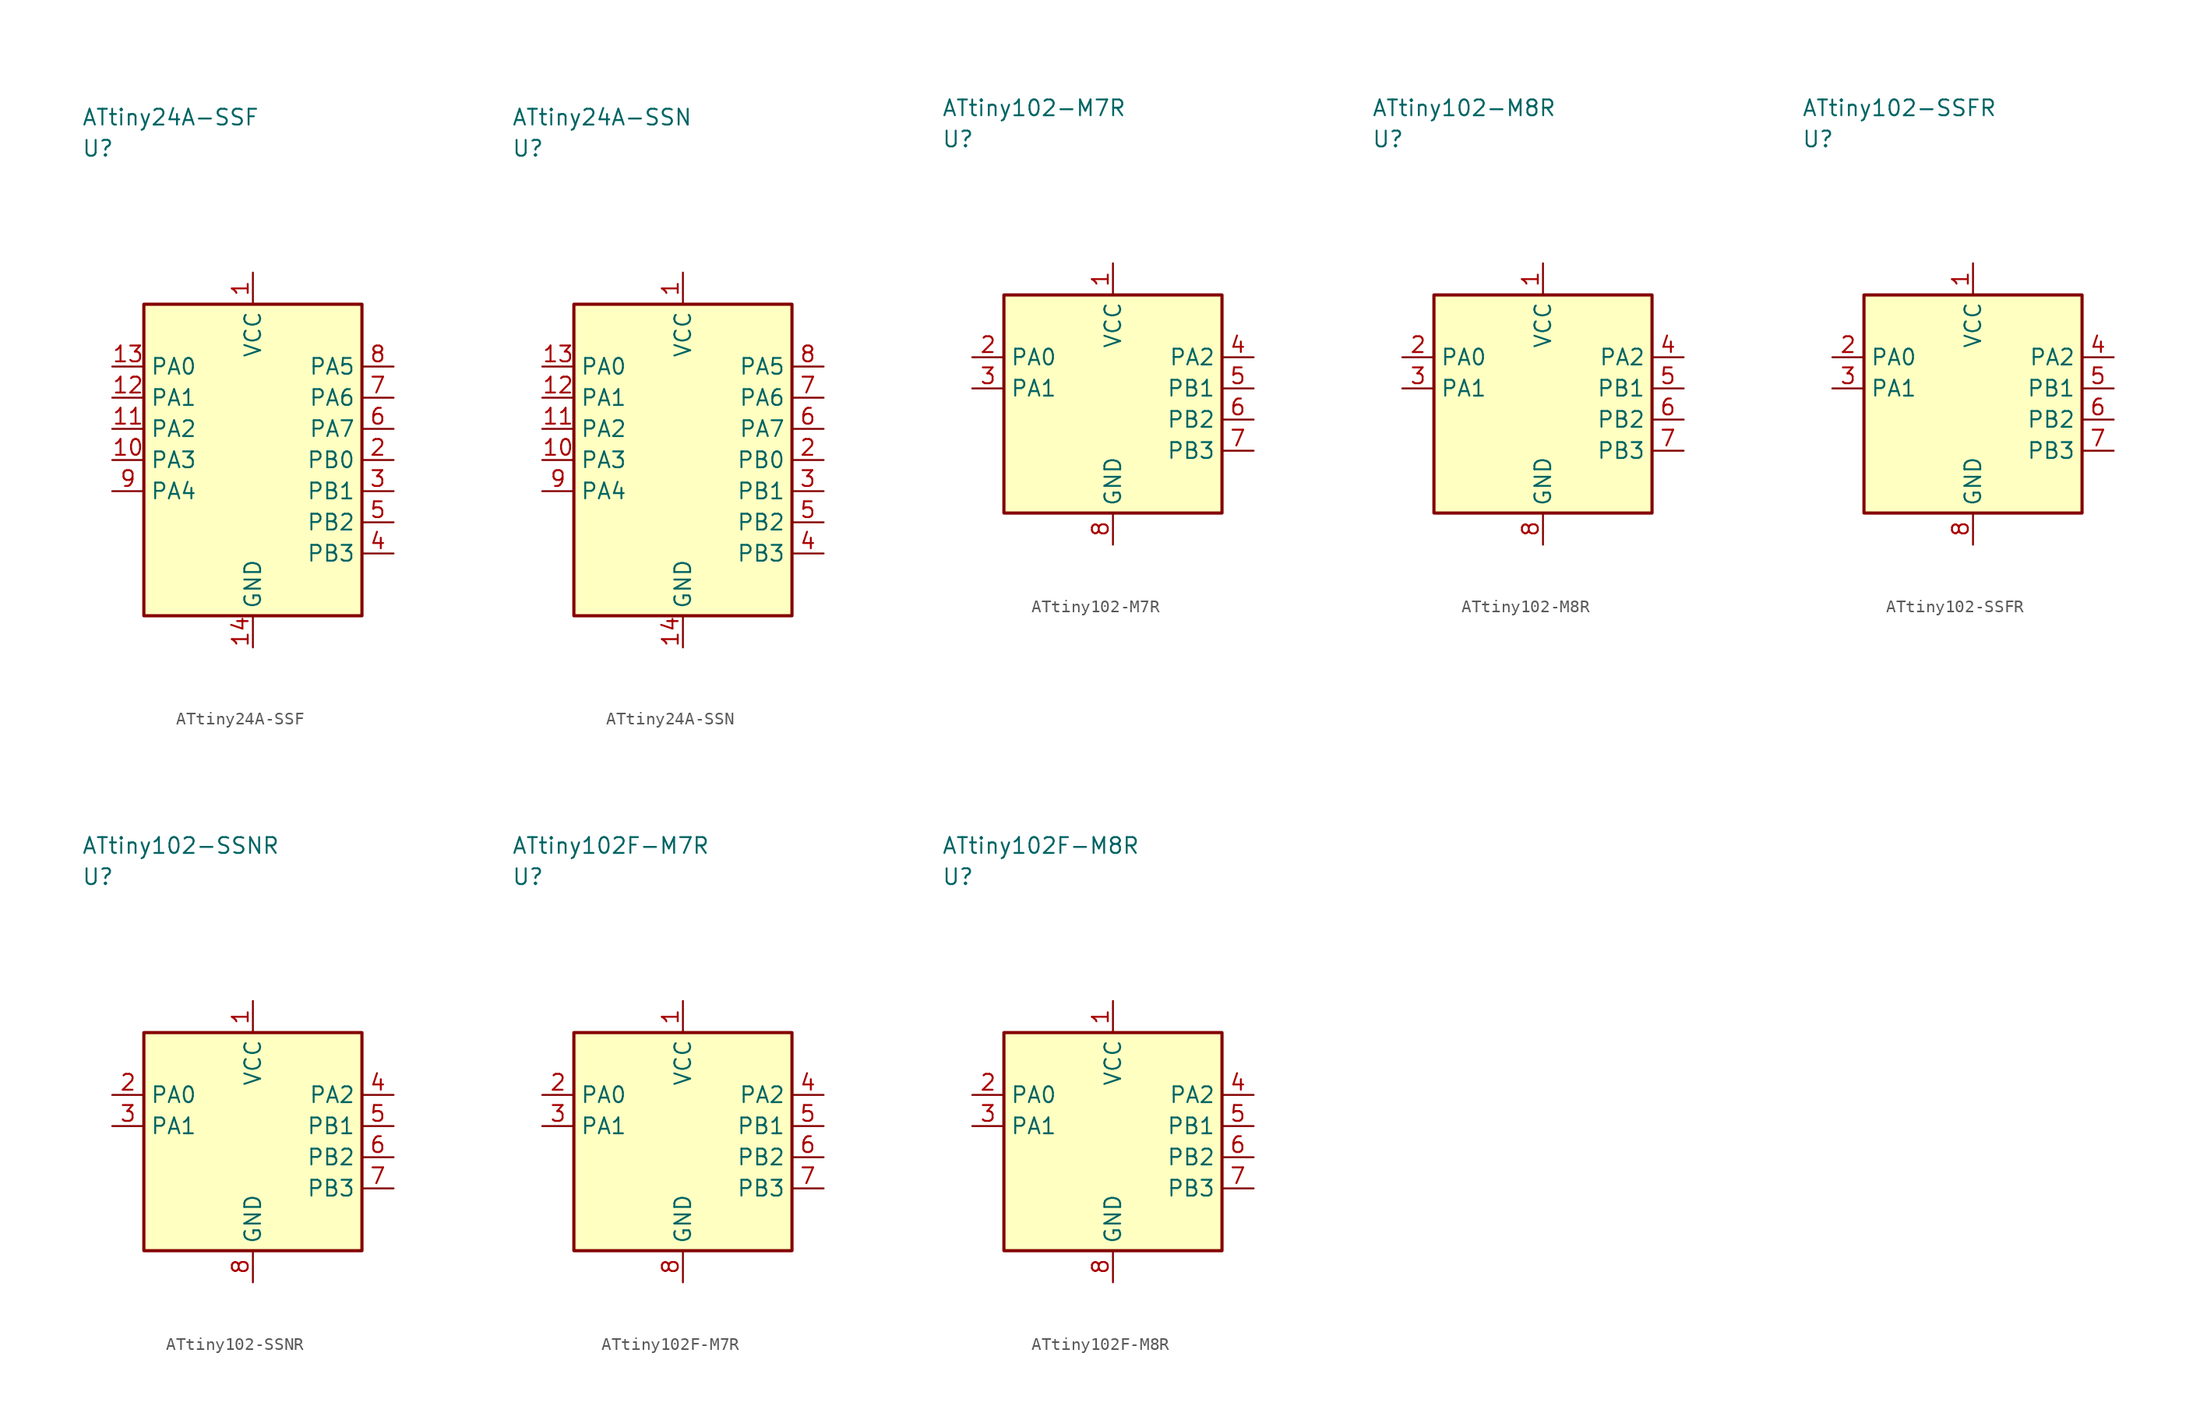
<source format=kicad_sym>
(kicad_symbol_lib
  (version 20241025)
  (generator "kicad_symbol_editor")
  (generator_version "8.0")
  (symbol "ATtiny24A-SSF"
    (property "Reference" "U"
      (at -13.75 25.0 0)
      (effects (font (size 1.27 1.27)) (justify left)))
    (property "Value" "ATtiny24A-SSF"
      (at -13.75 27.5 0)
      (effects (font (size 1.27 1.27)) (justify left)))
    (symbol "ATtiny24A-SSF_0_1"
      (rectangle (start -8.75 12.5) (end 8.75 -12.5) (stroke (width 0.254) (type default)) (fill (type background))))
    (symbol "ATtiny24A-SSF_1_1"
      (pin power_in line (at 0.0 15.04 270.0) (length 2.54) (name "VCC" (effects (font (size 1.27 1.27)))) (number "1" (effects (font (size 1.27 1.27)))))
      (pin bidirectional line (at 11.29 0.0 180.0) (length 2.54) (name "PB0" (effects (font (size 1.27 1.27)))) (number "2" (effects (font (size 1.27 1.27)))))
      (pin bidirectional line (at 11.29 -2.5 180.0) (length 2.54) (name "PB1" (effects (font (size 1.27 1.27)))) (number "3" (effects (font (size 1.27 1.27)))))
      (pin bidirectional line (at 11.29 -7.5 180.0) (length 2.54) (name "PB3" (effects (font (size 1.27 1.27)))) (number "4" (effects (font (size 1.27 1.27)))))
      (pin bidirectional line (at 11.29 -5.0 180.0) (length 2.54) (name "PB2" (effects (font (size 1.27 1.27)))) (number "5" (effects (font (size 1.27 1.27)))))
      (pin bidirectional line (at 11.29 2.5 180.0) (length 2.54) (name "PA7" (effects (font (size 1.27 1.27)))) (number "6" (effects (font (size 1.27 1.27)))))
      (pin bidirectional line (at 11.29 5.0 180.0) (length 2.54) (name "PA6" (effects (font (size 1.27 1.27)))) (number "7" (effects (font (size 1.27 1.27)))))
      (pin bidirectional line (at 11.29 7.5 180.0) (length 2.54) (name "PA5" (effects (font (size 1.27 1.27)))) (number "8" (effects (font (size 1.27 1.27)))))
      (pin bidirectional line (at -11.29 -2.5 0.0) (length 2.54) (name "PA4" (effects (font (size 1.27 1.27)))) (number "9" (effects (font (size 1.27 1.27)))))
      (pin bidirectional line (at -11.29 0.0 0.0) (length 2.54) (name "PA3" (effects (font (size 1.27 1.27)))) (number "10" (effects (font (size 1.27 1.27)))))
      (pin bidirectional line (at -11.29 2.5 0.0) (length 2.54) (name "PA2" (effects (font (size 1.27 1.27)))) (number "11" (effects (font (size 1.27 1.27)))))
      (pin bidirectional line (at -11.29 5.0 0.0) (length 2.54) (name "PA1" (effects (font (size 1.27 1.27)))) (number "12" (effects (font (size 1.27 1.27)))))
      (pin bidirectional line (at -11.29 7.5 0.0) (length 2.54) (name "PA0" (effects (font (size 1.27 1.27)))) (number "13" (effects (font (size 1.27 1.27)))))
      (pin passive line (at 0.0 -15.04 90.0) (length 2.54) (name "GND" (effects (font (size 1.27 1.27)))) (number "14" (effects (font (size 1.27 1.27)))))))
  (symbol "ATtiny24A-SSN"
    (property "Reference" "U"
      (at -13.75 25.0 0)
      (effects (font (size 1.27 1.27)) (justify left)))
    (property "Value" "ATtiny24A-SSN"
      (at -13.75 27.5 0)
      (effects (font (size 1.27 1.27)) (justify left)))
    (symbol "ATtiny24A-SSN_0_1"
      (rectangle (start -8.75 12.5) (end 8.75 -12.5) (stroke (width 0.254) (type default)) (fill (type background))))
    (symbol "ATtiny24A-SSN_1_1"
      (pin power_in line (at 0.0 15.04 270.0) (length 2.54) (name "VCC" (effects (font (size 1.27 1.27)))) (number "1" (effects (font (size 1.27 1.27)))))
      (pin bidirectional line (at 11.29 0.0 180.0) (length 2.54) (name "PB0" (effects (font (size 1.27 1.27)))) (number "2" (effects (font (size 1.27 1.27)))))
      (pin bidirectional line (at 11.29 -2.5 180.0) (length 2.54) (name "PB1" (effects (font (size 1.27 1.27)))) (number "3" (effects (font (size 1.27 1.27)))))
      (pin bidirectional line (at 11.29 -7.5 180.0) (length 2.54) (name "PB3" (effects (font (size 1.27 1.27)))) (number "4" (effects (font (size 1.27 1.27)))))
      (pin bidirectional line (at 11.29 -5.0 180.0) (length 2.54) (name "PB2" (effects (font (size 1.27 1.27)))) (number "5" (effects (font (size 1.27 1.27)))))
      (pin bidirectional line (at 11.29 2.5 180.0) (length 2.54) (name "PA7" (effects (font (size 1.27 1.27)))) (number "6" (effects (font (size 1.27 1.27)))))
      (pin bidirectional line (at 11.29 5.0 180.0) (length 2.54) (name "PA6" (effects (font (size 1.27 1.27)))) (number "7" (effects (font (size 1.27 1.27)))))
      (pin bidirectional line (at 11.29 7.5 180.0) (length 2.54) (name "PA5" (effects (font (size 1.27 1.27)))) (number "8" (effects (font (size 1.27 1.27)))))
      (pin bidirectional line (at -11.29 -2.5 0.0) (length 2.54) (name "PA4" (effects (font (size 1.27 1.27)))) (number "9" (effects (font (size 1.27 1.27)))))
      (pin bidirectional line (at -11.29 0.0 0.0) (length 2.54) (name "PA3" (effects (font (size 1.27 1.27)))) (number "10" (effects (font (size 1.27 1.27)))))
      (pin bidirectional line (at -11.29 2.5 0.0) (length 2.54) (name "PA2" (effects (font (size 1.27 1.27)))) (number "11" (effects (font (size 1.27 1.27)))))
      (pin bidirectional line (at -11.29 5.0 0.0) (length 2.54) (name "PA1" (effects (font (size 1.27 1.27)))) (number "12" (effects (font (size 1.27 1.27)))))
      (pin bidirectional line (at -11.29 7.5 0.0) (length 2.54) (name "PA0" (effects (font (size 1.27 1.27)))) (number "13" (effects (font (size 1.27 1.27)))))
      (pin passive line (at 0.0 -15.04 90.0) (length 2.54) (name "GND" (effects (font (size 1.27 1.27)))) (number "14" (effects (font (size 1.27 1.27)))))))
  (symbol "ATtiny102-M7R "
    (property "Reference" "U"
      (at -13.75 21.25 0)
      (effects (font (size 1.27 1.27)) (justify left)))
    (property "Value" "ATtiny102-M7R "
      (at -13.75 23.75 0)
      (effects (font (size 1.27 1.27)) (justify left)))
    (symbol "ATtiny102-M7R _0_1"
      (rectangle (start -8.75 8.75) (end 8.75 -8.75) (stroke (width 0.254) (type default)) (fill (type background))))
    (symbol "ATtiny102-M7R _1_1"
      (pin power_in line (at 0.0 11.29 270.0) (length 2.54) (name "VCC" (effects (font (size 1.27 1.27)))) (number "1" (effects (font (size 1.27 1.27)))))
      (pin bidirectional line (at -11.29 3.75 0.0) (length 2.54) (name "PA0" (effects (font (size 1.27 1.27)))) (number "2" (effects (font (size 1.27 1.27)))))
      (pin bidirectional line (at -11.29 1.25 0.0) (length 2.54) (name "PA1" (effects (font (size 1.27 1.27)))) (number "3" (effects (font (size 1.27 1.27)))))
      (pin bidirectional line (at 11.29 3.75 180.0) (length 2.54) (name "PA2" (effects (font (size 1.27 1.27)))) (number "4" (effects (font (size 1.27 1.27)))))
      (pin bidirectional line (at 11.29 1.25 180.0) (length 2.54) (name "PB1" (effects (font (size 1.27 1.27)))) (number "5" (effects (font (size 1.27 1.27)))))
      (pin bidirectional line (at 11.29 -1.25 180.0) (length 2.54) (name "PB2" (effects (font (size 1.27 1.27)))) (number "6" (effects (font (size 1.27 1.27)))))
      (pin bidirectional line (at 11.29 -3.75 180.0) (length 2.54) (name "PB3" (effects (font (size 1.27 1.27)))) (number "7" (effects (font (size 1.27 1.27)))))
      (pin passive line (at 0.0 -11.29 90.0) (length 2.54) (name "GND" (effects (font (size 1.27 1.27)))) (number "8" (effects (font (size 1.27 1.27)))))))
  (symbol "ATtiny102-M8R "
    (property "Reference" "U"
      (at -13.75 21.25 0)
      (effects (font (size 1.27 1.27)) (justify left)))
    (property "Value" "ATtiny102-M8R "
      (at -13.75 23.75 0)
      (effects (font (size 1.27 1.27)) (justify left)))
    (symbol "ATtiny102-M8R _0_1"
      (rectangle (start -8.75 8.75) (end 8.75 -8.75) (stroke (width 0.254) (type default)) (fill (type background))))
    (symbol "ATtiny102-M8R _1_1"
      (pin power_in line (at 0.0 11.29 270.0) (length 2.54) (name "VCC" (effects (font (size 1.27 1.27)))) (number "1" (effects (font (size 1.27 1.27)))))
      (pin bidirectional line (at -11.29 3.75 0.0) (length 2.54) (name "PA0" (effects (font (size 1.27 1.27)))) (number "2" (effects (font (size 1.27 1.27)))))
      (pin bidirectional line (at -11.29 1.25 0.0) (length 2.54) (name "PA1" (effects (font (size 1.27 1.27)))) (number "3" (effects (font (size 1.27 1.27)))))
      (pin bidirectional line (at 11.29 3.75 180.0) (length 2.54) (name "PA2" (effects (font (size 1.27 1.27)))) (number "4" (effects (font (size 1.27 1.27)))))
      (pin bidirectional line (at 11.29 1.25 180.0) (length 2.54) (name "PB1" (effects (font (size 1.27 1.27)))) (number "5" (effects (font (size 1.27 1.27)))))
      (pin bidirectional line (at 11.29 -1.25 180.0) (length 2.54) (name "PB2" (effects (font (size 1.27 1.27)))) (number "6" (effects (font (size 1.27 1.27)))))
      (pin bidirectional line (at 11.29 -3.75 180.0) (length 2.54) (name "PB3" (effects (font (size 1.27 1.27)))) (number "7" (effects (font (size 1.27 1.27)))))
      (pin passive line (at 0.0 -11.29 90.0) (length 2.54) (name "GND" (effects (font (size 1.27 1.27)))) (number "8" (effects (font (size 1.27 1.27)))))))
  (symbol "ATtiny102-SSFR "
    (property "Reference" "U"
      (at -13.75 21.25 0)
      (effects (font (size 1.27 1.27)) (justify left)))
    (property "Value" "ATtiny102-SSFR "
      (at -13.75 23.75 0)
      (effects (font (size 1.27 1.27)) (justify left)))
    (symbol "ATtiny102-SSFR _0_1"
      (rectangle (start -8.75 8.75) (end 8.75 -8.75) (stroke (width 0.254) (type default)) (fill (type background))))
    (symbol "ATtiny102-SSFR _1_1"
      (pin power_in line (at 0.0 11.29 270.0) (length 2.54) (name "VCC" (effects (font (size 1.27 1.27)))) (number "1" (effects (font (size 1.27 1.27)))))
      (pin bidirectional line (at -11.29 3.75 0.0) (length 2.54) (name "PA0" (effects (font (size 1.27 1.27)))) (number "2" (effects (font (size 1.27 1.27)))))
      (pin bidirectional line (at -11.29 1.25 0.0) (length 2.54) (name "PA1" (effects (font (size 1.27 1.27)))) (number "3" (effects (font (size 1.27 1.27)))))
      (pin bidirectional line (at 11.29 3.75 180.0) (length 2.54) (name "PA2" (effects (font (size 1.27 1.27)))) (number "4" (effects (font (size 1.27 1.27)))))
      (pin bidirectional line (at 11.29 1.25 180.0) (length 2.54) (name "PB1" (effects (font (size 1.27 1.27)))) (number "5" (effects (font (size 1.27 1.27)))))
      (pin bidirectional line (at 11.29 -1.25 180.0) (length 2.54) (name "PB2" (effects (font (size 1.27 1.27)))) (number "6" (effects (font (size 1.27 1.27)))))
      (pin bidirectional line (at 11.29 -3.75 180.0) (length 2.54) (name "PB3" (effects (font (size 1.27 1.27)))) (number "7" (effects (font (size 1.27 1.27)))))
      (pin passive line (at 0.0 -11.29 90.0) (length 2.54) (name "GND" (effects (font (size 1.27 1.27)))) (number "8" (effects (font (size 1.27 1.27)))))))
  (symbol "ATtiny102-SSNR "
    (property "Reference" "U"
      (at -13.75 21.25 0)
      (effects (font (size 1.27 1.27)) (justify left)))
    (property "Value" "ATtiny102-SSNR "
      (at -13.75 23.75 0)
      (effects (font (size 1.27 1.27)) (justify left)))
    (symbol "ATtiny102-SSNR _0_1"
      (rectangle (start -8.75 8.75) (end 8.75 -8.75) (stroke (width 0.254) (type default)) (fill (type background))))
    (symbol "ATtiny102-SSNR _1_1"
      (pin power_in line (at 0.0 11.29 270.0) (length 2.54) (name "VCC" (effects (font (size 1.27 1.27)))) (number "1" (effects (font (size 1.27 1.27)))))
      (pin bidirectional line (at -11.29 3.75 0.0) (length 2.54) (name "PA0" (effects (font (size 1.27 1.27)))) (number "2" (effects (font (size 1.27 1.27)))))
      (pin bidirectional line (at -11.29 1.25 0.0) (length 2.54) (name "PA1" (effects (font (size 1.27 1.27)))) (number "3" (effects (font (size 1.27 1.27)))))
      (pin bidirectional line (at 11.29 3.75 180.0) (length 2.54) (name "PA2" (effects (font (size 1.27 1.27)))) (number "4" (effects (font (size 1.27 1.27)))))
      (pin bidirectional line (at 11.29 1.25 180.0) (length 2.54) (name "PB1" (effects (font (size 1.27 1.27)))) (number "5" (effects (font (size 1.27 1.27)))))
      (pin bidirectional line (at 11.29 -1.25 180.0) (length 2.54) (name "PB2" (effects (font (size 1.27 1.27)))) (number "6" (effects (font (size 1.27 1.27)))))
      (pin bidirectional line (at 11.29 -3.75 180.0) (length 2.54) (name "PB3" (effects (font (size 1.27 1.27)))) (number "7" (effects (font (size 1.27 1.27)))))
      (pin passive line (at 0.0 -11.29 90.0) (length 2.54) (name "GND" (effects (font (size 1.27 1.27)))) (number "8" (effects (font (size 1.27 1.27)))))))
  (symbol "ATtiny102F-M7R"
    (property "Reference" "U"
      (at -13.75 21.25 0)
      (effects (font (size 1.27 1.27)) (justify left)))
    (property "Value" "ATtiny102F-M7R"
      (at -13.75 23.75 0)
      (effects (font (size 1.27 1.27)) (justify left)))
    (symbol "ATtiny102F-M7R_0_1"
      (rectangle (start -8.75 8.75) (end 8.75 -8.75) (stroke (width 0.254) (type default)) (fill (type background))))
    (symbol "ATtiny102F-M7R_1_1"
      (pin power_in line (at 0.0 11.29 270.0) (length 2.54) (name "VCC" (effects (font (size 1.27 1.27)))) (number "1" (effects (font (size 1.27 1.27)))))
      (pin bidirectional line (at -11.29 3.75 0.0) (length 2.54) (name "PA0" (effects (font (size 1.27 1.27)))) (number "2" (effects (font (size 1.27 1.27)))))
      (pin bidirectional line (at -11.29 1.25 0.0) (length 2.54) (name "PA1" (effects (font (size 1.27 1.27)))) (number "3" (effects (font (size 1.27 1.27)))))
      (pin bidirectional line (at 11.29 3.75 180.0) (length 2.54) (name "PA2" (effects (font (size 1.27 1.27)))) (number "4" (effects (font (size 1.27 1.27)))))
      (pin bidirectional line (at 11.29 1.25 180.0) (length 2.54) (name "PB1" (effects (font (size 1.27 1.27)))) (number "5" (effects (font (size 1.27 1.27)))))
      (pin bidirectional line (at 11.29 -1.25 180.0) (length 2.54) (name "PB2" (effects (font (size 1.27 1.27)))) (number "6" (effects (font (size 1.27 1.27)))))
      (pin bidirectional line (at 11.29 -3.75 180.0) (length 2.54) (name "PB3" (effects (font (size 1.27 1.27)))) (number "7" (effects (font (size 1.27 1.27)))))
      (pin passive line (at 0.0 -11.29 90.0) (length 2.54) (name "GND" (effects (font (size 1.27 1.27)))) (number "8" (effects (font (size 1.27 1.27)))))))
  (symbol "ATtiny102F-M8R"
    (property "Reference" "U"
      (at -13.75 21.25 0)
      (effects (font (size 1.27 1.27)) (justify left)))
    (property "Value" "ATtiny102F-M8R"
      (at -13.75 23.75 0)
      (effects (font (size 1.27 1.27)) (justify left)))
    (symbol "ATtiny102F-M8R_0_1"
      (rectangle (start -8.75 8.75) (end 8.75 -8.75) (stroke (width 0.254) (type default)) (fill (type background))))
    (symbol "ATtiny102F-M8R_1_1"
      (pin power_in line (at 0.0 11.29 270.0) (length 2.54) (name "VCC" (effects (font (size 1.27 1.27)))) (number "1" (effects (font (size 1.27 1.27)))))
      (pin bidirectional line (at -11.29 3.75 0.0) (length 2.54) (name "PA0" (effects (font (size 1.27 1.27)))) (number "2" (effects (font (size 1.27 1.27)))))
      (pin bidirectional line (at -11.29 1.25 0.0) (length 2.54) (name "PA1" (effects (font (size 1.27 1.27)))) (number "3" (effects (font (size 1.27 1.27)))))
      (pin bidirectional line (at 11.29 3.75 180.0) (length 2.54) (name "PA2" (effects (font (size 1.27 1.27)))) (number "4" (effects (font (size 1.27 1.27)))))
      (pin bidirectional line (at 11.29 1.25 180.0) (length 2.54) (name "PB1" (effects (font (size 1.27 1.27)))) (number "5" (effects (font (size 1.27 1.27)))))
      (pin bidirectional line (at 11.29 -1.25 180.0) (length 2.54) (name "PB2" (effects (font (size 1.27 1.27)))) (number "6" (effects (font (size 1.27 1.27)))))
      (pin bidirectional line (at 11.29 -3.75 180.0) (length 2.54) (name "PB3" (effects (font (size 1.27 1.27)))) (number "7" (effects (font (size 1.27 1.27)))))
      (pin passive line (at 0.0 -11.29 90.0) (length 2.54) (name "GND" (effects (font (size 1.27 1.27)))) (number "8" (effects (font (size 1.27 1.27))))))))
</source>
